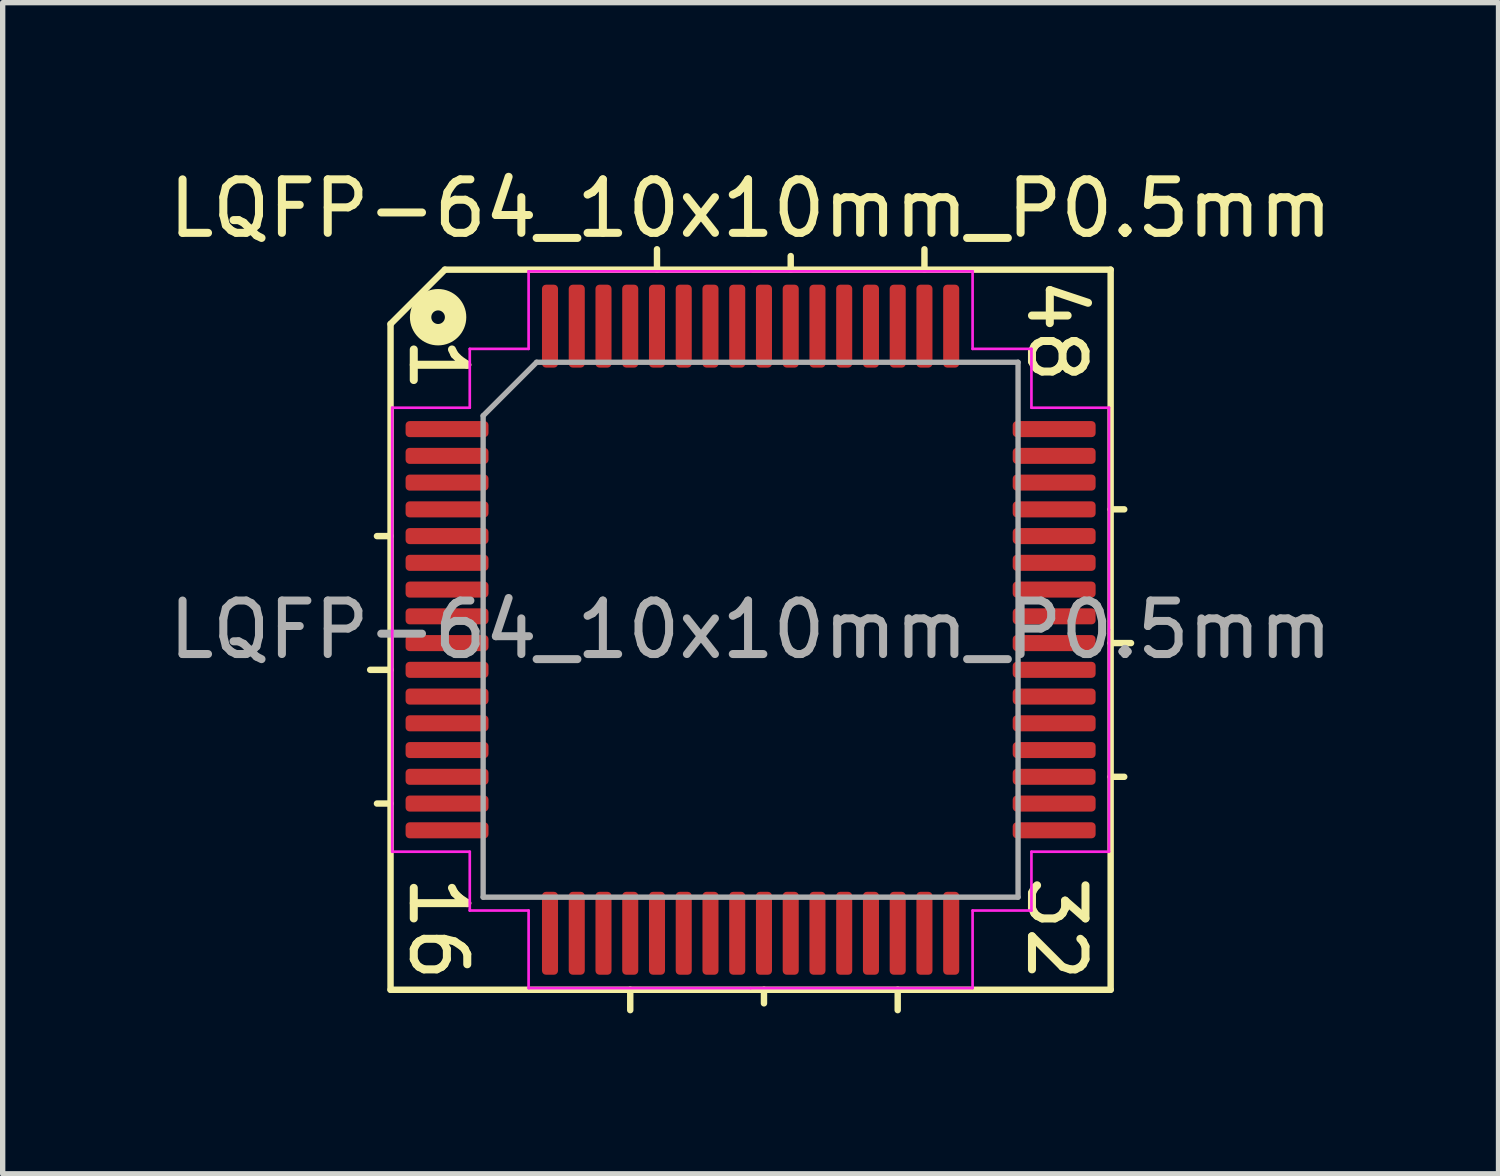
<source format=kicad_pcb>
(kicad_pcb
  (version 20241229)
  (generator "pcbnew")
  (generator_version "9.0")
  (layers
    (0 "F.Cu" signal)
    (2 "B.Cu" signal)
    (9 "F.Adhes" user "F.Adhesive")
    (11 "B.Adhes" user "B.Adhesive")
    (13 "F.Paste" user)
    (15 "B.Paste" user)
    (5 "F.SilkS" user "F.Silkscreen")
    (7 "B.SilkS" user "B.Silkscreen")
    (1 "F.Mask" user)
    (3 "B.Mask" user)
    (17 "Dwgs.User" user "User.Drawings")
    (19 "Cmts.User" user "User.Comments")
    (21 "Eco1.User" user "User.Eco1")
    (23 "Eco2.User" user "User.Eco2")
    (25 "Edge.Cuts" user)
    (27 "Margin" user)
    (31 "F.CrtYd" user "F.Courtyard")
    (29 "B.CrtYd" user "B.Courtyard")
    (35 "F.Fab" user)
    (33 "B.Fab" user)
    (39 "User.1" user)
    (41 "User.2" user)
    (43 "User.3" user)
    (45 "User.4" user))
  (footprint "LQFP-64_10x10mm_P0.5mm"
    (layer "F.Cu")
    (at 10.982 8.722)
    (property "Reference" "LQFP-64_10x10mm_P0.5mm" (at 0 -7.874 0) (layer "F.SilkS") (effects (font (size 1 1) (thickness 0.15))))
    (attr smd)
    (fp_line (start -6.731 -5.715) (end -6.731 6.731) (stroke (width 0.12) (type solid)) (layer "F.SilkS"))
    (fp_line (start -6.731 -1.75) (end -6.985 -1.75) (stroke (width 0.12) (type solid)) (layer "F.SilkS"))
    (fp_line (start -6.731 0.75) (end -7.112 0.75) (stroke (width 0.12) (type solid)) (layer "F.SilkS"))
    (fp_line (start -6.731 3.25) (end -6.985 3.25) (stroke (width 0.12) (type solid)) (layer "F.SilkS"))
    (fp_line (start -6.731 6.731) (end 6.731 6.731) (stroke (width 0.12) (type solid)) (layer "F.SilkS"))
    (fp_line (start -5.715 -6.731) (end -6.731 -5.715) (stroke (width 0.12) (type solid)) (layer "F.SilkS"))
    (fp_line (start -2.25 6.731) (end -2.25 7.112) (stroke (width 0.12) (type solid)) (layer "F.SilkS"))
    (fp_line (start -1.75 -6.731) (end -1.75 -7.112) (stroke (width 0.12) (type solid)) (layer "F.SilkS"))
    (fp_line (start 0.25 6.731) (end 0.25 6.985) (stroke (width 0.12) (type solid)) (layer "F.SilkS"))
    (fp_line (start 0.75 -6.731) (end 0.75 -6.985) (stroke (width 0.12) (type solid)) (layer "F.SilkS"))
    (fp_line (start 2.75 7.112) (end 2.75 6.731) (stroke (width 0.12) (type solid)) (layer "F.SilkS"))
    (fp_line (start 3.25 -6.731) (end 3.25 -7.112) (stroke (width 0.12) (type solid)) (layer "F.SilkS"))
    (fp_line (start 6.731 -6.731) (end -5.715 -6.731) (stroke (width 0.12) (type solid)) (layer "F.SilkS"))
    (fp_line (start 6.731 -2.25) (end 6.985 -2.25) (stroke (width 0.12) (type solid)) (layer "F.SilkS"))
    (fp_line (start 6.731 0.25) (end 7.112 0.25) (stroke (width 0.12) (type solid)) (layer "F.SilkS"))
    (fp_line (start 6.731 2.75) (end 6.985 2.75) (stroke (width 0.12) (type solid)) (layer "F.SilkS"))
    (fp_line (start 6.731 6.731) (end 6.731 -6.731) (stroke (width 0.12) (type solid)) (layer "F.SilkS"))
    (fp_circle (center -5.842 -5.842) (end -5.715 -5.842) (stroke (width 0.4) (type solid)) (fill no) (layer "F.SilkS"))
    (fp_line (start -6.7 -4.15) (end -6.7 0) (stroke (width 0.05) (type solid)) (layer "F.CrtYd"))
    (fp_line (start -6.7 4.15) (end -6.7 0) (stroke (width 0.05) (type solid)) (layer "F.CrtYd"))
    (fp_line (start -5.25 -5.25) (end -5.25 -4.15) (stroke (width 0.05) (type solid)) (layer "F.CrtYd"))
    (fp_line (start -5.25 -4.15) (end -6.7 -4.15) (stroke (width 0.05) (type solid)) (layer "F.CrtYd"))
    (fp_line (start -5.25 4.15) (end -6.7 4.15) (stroke (width 0.05) (type solid)) (layer "F.CrtYd"))
    (fp_line (start -5.25 5.25) (end -5.25 4.15) (stroke (width 0.05) (type solid)) (layer "F.CrtYd"))
    (fp_line (start -4.15 -6.7) (end -4.15 -5.25) (stroke (width 0.05) (type solid)) (layer "F.CrtYd"))
    (fp_line (start -4.15 -5.25) (end -5.25 -5.25) (stroke (width 0.05) (type solid)) (layer "F.CrtYd"))
    (fp_line (start -4.15 5.25) (end -5.25 5.25) (stroke (width 0.05) (type solid)) (layer "F.CrtYd"))
    (fp_line (start -4.15 6.7) (end -4.15 5.25) (stroke (width 0.05) (type solid)) (layer "F.CrtYd"))
    (fp_line (start 0 -6.7) (end -4.15 -6.7) (stroke (width 0.05) (type solid)) (layer "F.CrtYd"))
    (fp_line (start 0 -6.7) (end 4.15 -6.7) (stroke (width 0.05) (type solid)) (layer "F.CrtYd"))
    (fp_line (start 0 6.7) (end -4.15 6.7) (stroke (width 0.05) (type solid)) (layer "F.CrtYd"))
    (fp_line (start 0 6.7) (end 4.15 6.7) (stroke (width 0.05) (type solid)) (layer "F.CrtYd"))
    (fp_line (start 4.15 -6.7) (end 4.15 -5.25) (stroke (width 0.05) (type solid)) (layer "F.CrtYd"))
    (fp_line (start 4.15 -5.25) (end 5.25 -5.25) (stroke (width 0.05) (type solid)) (layer "F.CrtYd"))
    (fp_line (start 4.15 5.25) (end 5.25 5.25) (stroke (width 0.05) (type solid)) (layer "F.CrtYd"))
    (fp_line (start 4.15 6.7) (end 4.15 5.25) (stroke (width 0.05) (type solid)) (layer "F.CrtYd"))
    (fp_line (start 5.25 -5.25) (end 5.25 -4.15) (stroke (width 0.05) (type solid)) (layer "F.CrtYd"))
    (fp_line (start 5.25 -4.15) (end 6.7 -4.15) (stroke (width 0.05) (type solid)) (layer "F.CrtYd"))
    (fp_line (start 5.25 4.15) (end 6.7 4.15) (stroke (width 0.05) (type solid)) (layer "F.CrtYd"))
    (fp_line (start 5.25 5.25) (end 5.25 4.15) (stroke (width 0.05) (type solid)) (layer "F.CrtYd"))
    (fp_line (start 6.7 -4.15) (end 6.7 0) (stroke (width 0.05) (type solid)) (layer "F.CrtYd"))
    (fp_line (start 6.7 4.15) (end 6.7 0) (stroke (width 0.05) (type solid)) (layer "F.CrtYd"))
    (fp_line (start -5 -4) (end -4 -5) (stroke (width 0.1) (type solid)) (layer "F.Fab"))
    (fp_line (start -5 5) (end -5 -4) (stroke (width 0.1) (type solid)) (layer "F.Fab"))
    (fp_line (start -4 -5) (end 5 -5) (stroke (width 0.1) (type solid)) (layer "F.Fab"))
    (fp_line (start 5 -5) (end 5 5) (stroke (width 0.1) (type solid)) (layer "F.Fab"))
    (fp_line (start 5 5) (end -5 5) (stroke (width 0.1) (type solid)) (layer "F.Fab"))
    (fp_text user "48" (at 5.715 -5.588 270) (unlocked yes) (layer "F.SilkS") (effects (font (size 1 1) (thickness 0.15))))
    (fp_text user "1" (at -5.842 -4.953 270) (unlocked yes) (layer "F.SilkS") (effects (font (size 1 1) (thickness 0.15))))
    (fp_text user "16" (at -5.842 5.588 270) (unlocked yes) (layer "F.SilkS") (effects (font (size 1 1) (thickness 0.15))))
    (fp_text user "32" (at 5.715 5.588 270) (unlocked yes) (layer "F.SilkS") (effects (font (size 1 1) (thickness 0.15))))
    (fp_text user "${REFERENCE}" (at 0 0 0) (layer "F.Fab") (effects (font (size 1 1) (thickness 0.15))))
    (pad "1" smd roundrect (at -5.675 -3.75) (size 1.55 0.3) (layers "F.Cu" "F.Mask" "F.Paste") (roundrect_rratio 0.25))
    (pad "2" smd roundrect (at -5.675 -3.25) (size 1.55 0.3) (layers "F.Cu" "F.Mask" "F.Paste") (roundrect_rratio 0.25))
    (pad "3" smd roundrect (at -5.675 -2.75) (size 1.55 0.3) (layers "F.Cu" "F.Mask" "F.Paste") (roundrect_rratio 0.25))
    (pad "4" smd roundrect (at -5.675 -2.25) (size 1.55 0.3) (layers "F.Cu" "F.Mask" "F.Paste") (roundrect_rratio 0.25))
    (pad "5" smd roundrect (at -5.675 -1.75) (size 1.55 0.3) (layers "F.Cu" "F.Mask" "F.Paste") (roundrect_rratio 0.25))
    (pad "6" smd roundrect (at -5.675 -1.25) (size 1.55 0.3) (layers "F.Cu" "F.Mask" "F.Paste") (roundrect_rratio 0.25))
    (pad "7" smd roundrect (at -5.675 -0.75) (size 1.55 0.3) (layers "F.Cu" "F.Mask" "F.Paste") (roundrect_rratio 0.25))
    (pad "8" smd roundrect (at -5.675 -0.25) (size 1.55 0.3) (layers "F.Cu" "F.Mask" "F.Paste") (roundrect_rratio 0.25))
    (pad "9" smd roundrect (at -5.675 0.25) (size 1.55 0.3) (layers "F.Cu" "F.Mask" "F.Paste") (roundrect_rratio 0.25))
    (pad "10" smd roundrect (at -5.675 0.75) (size 1.55 0.3) (layers "F.Cu" "F.Mask" "F.Paste") (roundrect_rratio 0.25))
    (pad "11" smd roundrect (at -5.675 1.25) (size 1.55 0.3) (layers "F.Cu" "F.Mask" "F.Paste") (roundrect_rratio 0.25))
    (pad "12" smd roundrect (at -5.675 1.75) (size 1.55 0.3) (layers "F.Cu" "F.Mask" "F.Paste") (roundrect_rratio 0.25))
    (pad "13" smd roundrect (at -5.675 2.25) (size 1.55 0.3) (layers "F.Cu" "F.Mask" "F.Paste") (roundrect_rratio 0.25))
    (pad "14" smd roundrect (at -5.675 2.75) (size 1.55 0.3) (layers "F.Cu" "F.Mask" "F.Paste") (roundrect_rratio 0.25))
    (pad "15" smd roundrect (at -5.675 3.25) (size 1.55 0.3) (layers "F.Cu" "F.Mask" "F.Paste") (roundrect_rratio 0.25))
    (pad "16" smd roundrect (at -5.675 3.75) (size 1.55 0.3) (layers "F.Cu" "F.Mask" "F.Paste") (roundrect_rratio 0.25))
    (pad "17" smd roundrect (at -3.75 5.675) (size 0.3 1.55) (layers "F.Cu" "F.Mask" "F.Paste") (roundrect_rratio 0.25))
    (pad "18" smd roundrect (at -3.25 5.675) (size 0.3 1.55) (layers "F.Cu" "F.Mask" "F.Paste") (roundrect_rratio 0.25))
    (pad "19" smd roundrect (at -2.75 5.675) (size 0.3 1.55) (layers "F.Cu" "F.Mask" "F.Paste") (roundrect_rratio 0.25))
    (pad "20" smd roundrect (at -2.25 5.675) (size 0.3 1.55) (layers "F.Cu" "F.Mask" "F.Paste") (roundrect_rratio 0.25))
    (pad "21" smd roundrect (at -1.75 5.675) (size 0.3 1.55) (layers "F.Cu" "F.Mask" "F.Paste") (roundrect_rratio 0.25))
    (pad "22" smd roundrect (at -1.25 5.675) (size 0.3 1.55) (layers "F.Cu" "F.Mask" "F.Paste") (roundrect_rratio 0.25))
    (pad "23" smd roundrect (at -0.75 5.675) (size 0.3 1.55) (layers "F.Cu" "F.Mask" "F.Paste") (roundrect_rratio 0.25))
    (pad "24" smd roundrect (at -0.25 5.675) (size 0.3 1.55) (layers "F.Cu" "F.Mask" "F.Paste") (roundrect_rratio 0.25))
    (pad "25" smd roundrect (at 0.25 5.675) (size 0.3 1.55) (layers "F.Cu" "F.Mask" "F.Paste") (roundrect_rratio 0.25))
    (pad "26" smd roundrect (at 0.75 5.675) (size 0.3 1.55) (layers "F.Cu" "F.Mask" "F.Paste") (roundrect_rratio 0.25))
    (pad "27" smd roundrect (at 1.25 5.675) (size 0.3 1.55) (layers "F.Cu" "F.Mask" "F.Paste") (roundrect_rratio 0.25))
    (pad "28" smd roundrect (at 1.75 5.675) (size 0.3 1.55) (layers "F.Cu" "F.Mask" "F.Paste") (roundrect_rratio 0.25))
    (pad "29" smd roundrect (at 2.25 5.675) (size 0.3 1.55) (layers "F.Cu" "F.Mask" "F.Paste") (roundrect_rratio 0.25))
    (pad "30" smd roundrect (at 2.75 5.675) (size 0.3 1.55) (layers "F.Cu" "F.Mask" "F.Paste") (roundrect_rratio 0.25))
    (pad "31" smd roundrect (at 3.25 5.675) (size 0.3 1.55) (layers "F.Cu" "F.Mask" "F.Paste") (roundrect_rratio 0.25))
    (pad "32" smd roundrect (at 3.75 5.675) (size 0.3 1.55) (layers "F.Cu" "F.Mask" "F.Paste") (roundrect_rratio 0.25))
    (pad "33" smd roundrect (at 5.675 3.75) (size 1.55 0.3) (layers "F.Cu" "F.Mask" "F.Paste") (roundrect_rratio 0.25))
    (pad "34" smd roundrect (at 5.675 3.25) (size 1.55 0.3) (layers "F.Cu" "F.Mask" "F.Paste") (roundrect_rratio 0.25))
    (pad "35" smd roundrect (at 5.675 2.75) (size 1.55 0.3) (layers "F.Cu" "F.Mask" "F.Paste") (roundrect_rratio 0.25))
    (pad "36" smd roundrect (at 5.675 2.25) (size 1.55 0.3) (layers "F.Cu" "F.Mask" "F.Paste") (roundrect_rratio 0.25))
    (pad "37" smd roundrect (at 5.675 1.75) (size 1.55 0.3) (layers "F.Cu" "F.Mask" "F.Paste") (roundrect_rratio 0.25))
    (pad "38" smd roundrect (at 5.675 1.25) (size 1.55 0.3) (layers "F.Cu" "F.Mask" "F.Paste") (roundrect_rratio 0.25))
    (pad "39" smd roundrect (at 5.675 0.75) (size 1.55 0.3) (layers "F.Cu" "F.Mask" "F.Paste") (roundrect_rratio 0.25))
    (pad "40" smd roundrect (at 5.675 0.25) (size 1.55 0.3) (layers "F.Cu" "F.Mask" "F.Paste") (roundrect_rratio 0.25))
    (pad "41" smd roundrect (at 5.675 -0.25) (size 1.55 0.3) (layers "F.Cu" "F.Mask" "F.Paste") (roundrect_rratio 0.25))
    (pad "42" smd roundrect (at 5.675 -0.75) (size 1.55 0.3) (layers "F.Cu" "F.Mask" "F.Paste") (roundrect_rratio 0.25))
    (pad "43" smd roundrect (at 5.675 -1.25) (size 1.55 0.3) (layers "F.Cu" "F.Mask" "F.Paste") (roundrect_rratio 0.25))
    (pad "44" smd roundrect (at 5.675 -1.75) (size 1.55 0.3) (layers "F.Cu" "F.Mask" "F.Paste") (roundrect_rratio 0.25))
    (pad "45" smd roundrect (at 5.675 -2.25) (size 1.55 0.3) (layers "F.Cu" "F.Mask" "F.Paste") (roundrect_rratio 0.25))
    (pad "46" smd roundrect (at 5.675 -2.75) (size 1.55 0.3) (layers "F.Cu" "F.Mask" "F.Paste") (roundrect_rratio 0.25))
    (pad "47" smd roundrect (at 5.675 -3.25) (size 1.55 0.3) (layers "F.Cu" "F.Mask" "F.Paste") (roundrect_rratio 0.25))
    (pad "48" smd roundrect (at 5.675 -3.75) (size 1.55 0.3) (layers "F.Cu" "F.Mask" "F.Paste") (roundrect_rratio 0.25))
    (pad "49" smd roundrect (at 3.75 -5.675) (size 0.3 1.55) (layers "F.Cu" "F.Mask" "F.Paste") (roundrect_rratio 0.25))
    (pad "50" smd roundrect (at 3.25 -5.675) (size 0.3 1.55) (layers "F.Cu" "F.Mask" "F.Paste") (roundrect_rratio 0.25))
    (pad "51" smd roundrect (at 2.75 -5.675) (size 0.3 1.55) (layers "F.Cu" "F.Mask" "F.Paste") (roundrect_rratio 0.25))
    (pad "52" smd roundrect (at 2.25 -5.675) (size 0.3 1.55) (layers "F.Cu" "F.Mask" "F.Paste") (roundrect_rratio 0.25))
    (pad "53" smd roundrect (at 1.75 -5.675) (size 0.3 1.55) (layers "F.Cu" "F.Mask" "F.Paste") (roundrect_rratio 0.25))
    (pad "54" smd roundrect (at 1.25 -5.675) (size 0.3 1.55) (layers "F.Cu" "F.Mask" "F.Paste") (roundrect_rratio 0.25))
    (pad "55" smd roundrect (at 0.75 -5.675) (size 0.3 1.55) (layers "F.Cu" "F.Mask" "F.Paste") (roundrect_rratio 0.25))
    (pad "56" smd roundrect (at 0.25 -5.675) (size 0.3 1.55) (layers "F.Cu" "F.Mask" "F.Paste") (roundrect_rratio 0.25))
    (pad "57" smd roundrect (at -0.25 -5.675) (size 0.3 1.55) (layers "F.Cu" "F.Mask" "F.Paste") (roundrect_rratio 0.25))
    (pad "58" smd roundrect (at -0.75 -5.675) (size 0.3 1.55) (layers "F.Cu" "F.Mask" "F.Paste") (roundrect_rratio 0.25))
    (pad "59" smd roundrect (at -1.25 -5.675) (size 0.3 1.55) (layers "F.Cu" "F.Mask" "F.Paste") (roundrect_rratio 0.25))
    (pad "60" smd roundrect (at -1.75 -5.675) (size 0.3 1.55) (layers "F.Cu" "F.Mask" "F.Paste") (roundrect_rratio 0.25))
    (pad "61" smd roundrect (at -2.25 -5.675) (size 0.3 1.55) (layers "F.Cu" "F.Mask" "F.Paste") (roundrect_rratio 0.25))
    (pad "62" smd roundrect (at -2.75 -5.675) (size 0.3 1.55) (layers "F.Cu" "F.Mask" "F.Paste") (roundrect_rratio 0.25))
    (pad "63" smd roundrect (at -3.25 -5.675) (size 0.3 1.55) (layers "F.Cu" "F.Mask" "F.Paste") (roundrect_rratio 0.25))
    (pad "64" smd roundrect (at -3.75 -5.675) (size 0.3 1.55) (layers "F.Cu" "F.Mask" "F.Paste") (roundrect_rratio 0.25)))
  (gr_rect
    (start -3 -3)
    (end 24.964 18.894)
    (stroke (width 0.1) (type default))
    (fill no)
    (layer "Edge.Cuts")))
</source>
